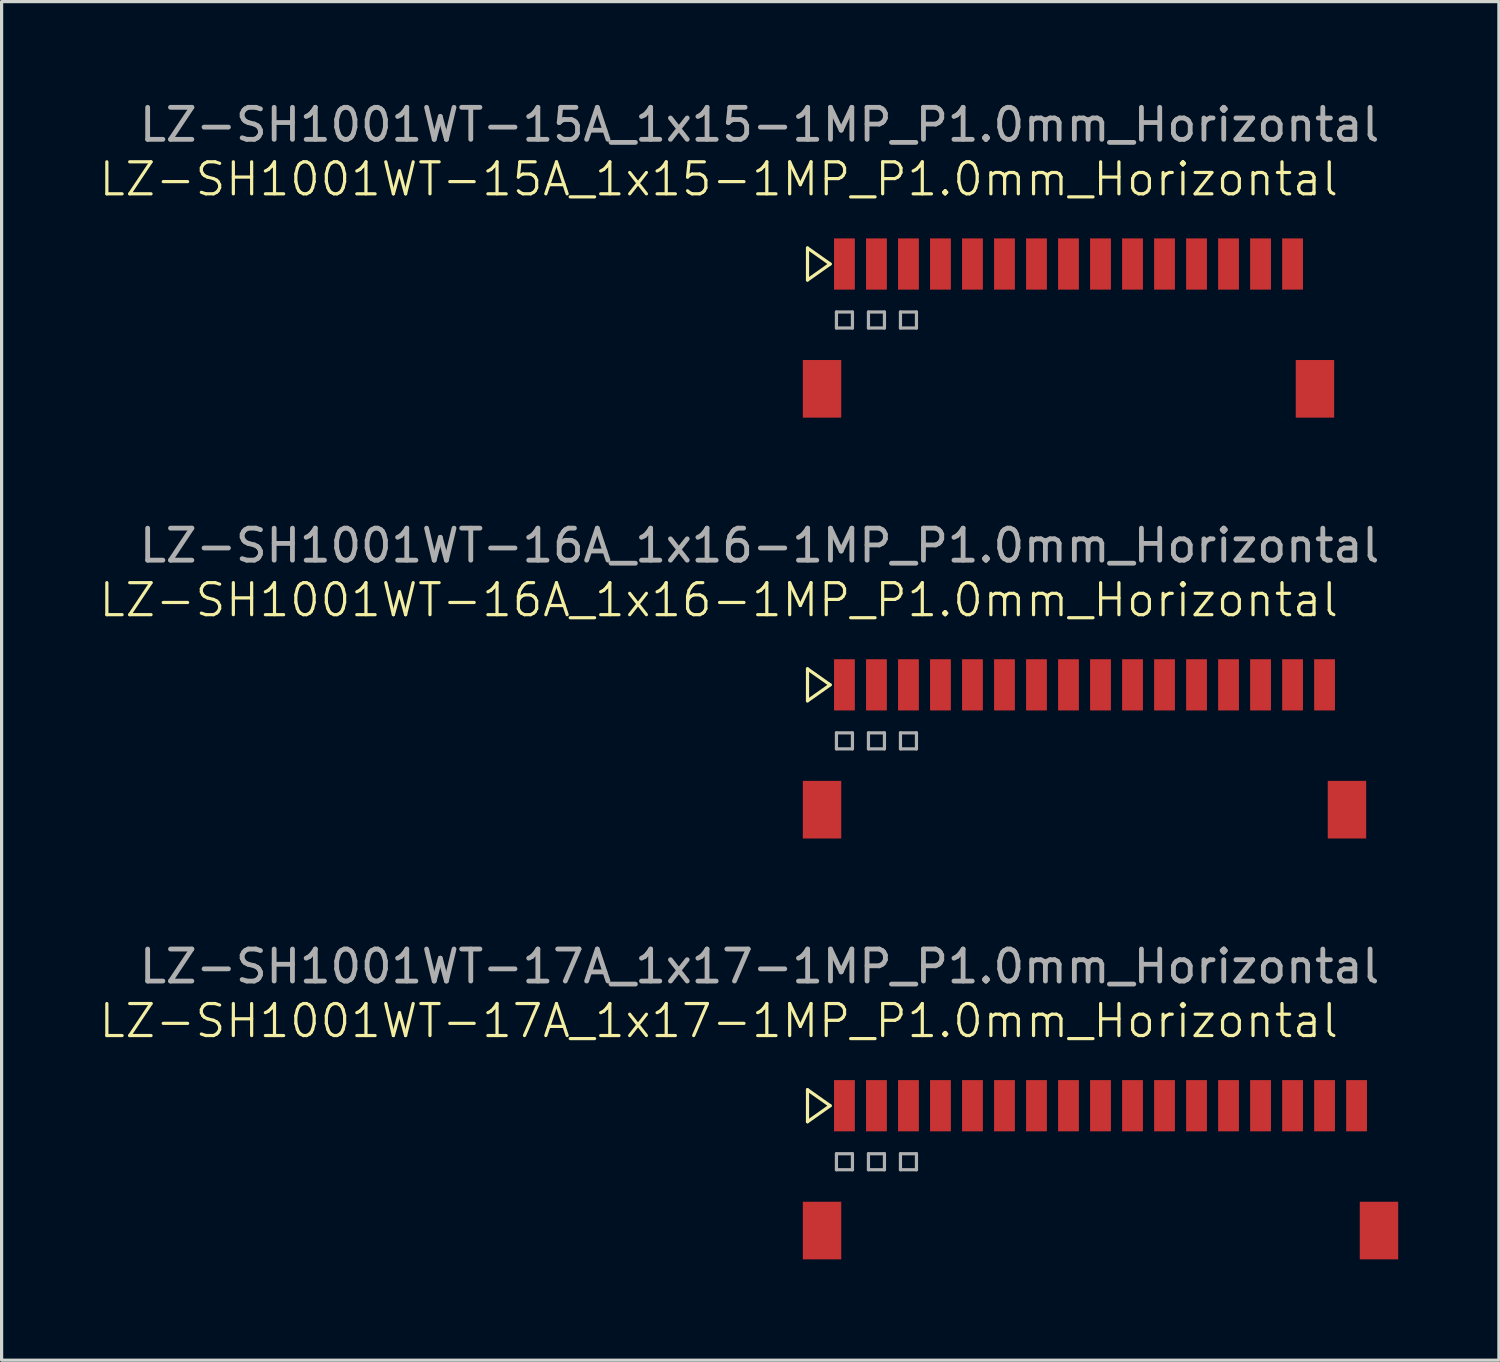
<source format=kicad_pcb>
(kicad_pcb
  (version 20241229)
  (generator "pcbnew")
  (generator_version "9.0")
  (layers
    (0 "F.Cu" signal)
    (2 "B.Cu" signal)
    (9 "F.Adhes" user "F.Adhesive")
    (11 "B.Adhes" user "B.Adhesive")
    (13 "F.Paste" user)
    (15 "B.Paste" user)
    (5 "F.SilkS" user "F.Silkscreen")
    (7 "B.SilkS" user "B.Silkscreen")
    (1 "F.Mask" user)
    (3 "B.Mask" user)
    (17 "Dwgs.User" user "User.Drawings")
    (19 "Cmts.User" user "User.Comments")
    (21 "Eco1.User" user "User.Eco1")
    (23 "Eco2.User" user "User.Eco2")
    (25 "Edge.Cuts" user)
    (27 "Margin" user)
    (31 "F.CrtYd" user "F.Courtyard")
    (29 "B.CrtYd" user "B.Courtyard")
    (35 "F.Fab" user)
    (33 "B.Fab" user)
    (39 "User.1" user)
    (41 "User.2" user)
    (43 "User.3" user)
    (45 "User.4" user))
  (footprint "LZ-SH1001WT-17A_1x17-1MP_P1.0mm_Horizontal"
    (layer "F.Cu")
    (at 39.332 31.495)
    (property "Reference" "LZ-SH1001WT-17A_1x17-1MP_P1.0mm_Horizontal" (at -19.925 -2.65 0) (unlocked yes) (layer "F.SilkS") (effects (font (size 1 1) (thickness 0.1))))
    (attr smd)
    (fp_line (start -17.154 -0.5) (end -17.154 0.5) (stroke (width 0.1) (type solid)) (layer "F.SilkS"))
    (fp_line (start -17.154 -0.5) (end -16.446 0) (stroke (width 0.1) (type solid)) (layer "F.SilkS"))
    (fp_line (start -16.446 0) (end -17.154 0.5) (stroke (width 0.1) (type solid)) (layer "F.SilkS"))
    (fp_rect (start -17.403 -0.825) (end 1.397 4.9) (stroke (width 0.1) (type default)) (fill no) (layer "Margin"))
    (fp_line (start -16.25 1.5) (end -16.25 2) (stroke (width 0.1) (type solid)) (layer "F.Fab"))
    (fp_line (start -16.25 2) (end -15.75 2) (stroke (width 0.1) (type solid)) (layer "F.Fab"))
    (fp_line (start -15.75 1.5) (end -16.25 1.5) (stroke (width 0.1) (type solid)) (layer "F.Fab"))
    (fp_line (start -15.75 2) (end -15.75 1.5) (stroke (width 0.1) (type solid)) (layer "F.Fab"))
    (fp_line (start -15.25 1.5) (end -15.25 2) (stroke (width 0.1) (type solid)) (layer "F.Fab"))
    (fp_line (start -15.25 2) (end -14.75 2) (stroke (width 0.1) (type solid)) (layer "F.Fab"))
    (fp_line (start -14.75 1.5) (end -15.25 1.5) (stroke (width 0.1) (type solid)) (layer "F.Fab"))
    (fp_line (start -14.75 2) (end -14.75 1.5) (stroke (width 0.1) (type solid)) (layer "F.Fab"))
    (fp_line (start -14.25 1.5) (end -14.25 2) (stroke (width 0.1) (type solid)) (layer "F.Fab"))
    (fp_line (start -14.25 2) (end -13.75 2) (stroke (width 0.1) (type solid)) (layer "F.Fab"))
    (fp_line (start -13.75 1.5) (end -14.25 1.5) (stroke (width 0.1) (type solid)) (layer "F.Fab"))
    (fp_line (start -13.75 2) (end -13.75 1.5) (stroke (width 0.1) (type solid)) (layer "F.Fab"))
    (fp_text user "${REFERENCE}" (at -18.65 -4.35 0) (unlocked yes) (layer "F.Fab") (effects (font (size 1 1) (thickness 0.15))))
    (pad "1" smd rect (at -16 0) (size 0.65 1.6) (layers "F.Cu" "F.Mask" "F.Paste"))
    (pad "2" smd rect (at -15 0) (size 0.65 1.6) (layers "F.Cu" "F.Mask" "F.Paste"))
    (pad "3" smd rect (at -14 0) (size 0.65 1.6) (layers "F.Cu" "F.Mask" "F.Paste"))
    (pad "4" smd rect (at -13 0) (size 0.65 1.6) (layers "F.Cu" "F.Mask" "F.Paste"))
    (pad "5" smd rect (at -12 0) (size 0.65 1.6) (layers "F.Cu" "F.Mask" "F.Paste"))
    (pad "6" smd rect (at -11 0) (size 0.65 1.6) (layers "F.Cu" "F.Mask" "F.Paste"))
    (pad "7" smd rect (at -10 0) (size 0.65 1.6) (layers "F.Cu" "F.Mask" "F.Paste"))
    (pad "8" smd rect (at -9 0) (size 0.65 1.6) (layers "F.Cu" "F.Mask" "F.Paste"))
    (pad "9" smd rect (at -8 0) (size 0.65 1.6) (layers "F.Cu" "F.Mask" "F.Paste"))
    (pad "10" smd rect (at -7 0) (size 0.65 1.6) (layers "F.Cu" "F.Mask" "F.Paste"))
    (pad "11" smd rect (at -6 0) (size 0.65 1.6) (layers "F.Cu" "F.Mask" "F.Paste"))
    (pad "12" smd rect (at -5 0) (size 0.65 1.6) (layers "F.Cu" "F.Mask" "F.Paste"))
    (pad "13" smd rect (at -4 0) (size 0.65 1.6) (layers "F.Cu" "F.Mask" "F.Paste"))
    (pad "14" smd rect (at -3 0) (size 0.65 1.6) (layers "F.Cu" "F.Mask" "F.Paste"))
    (pad "15" smd rect (at -2 0) (size 0.65 1.6) (layers "F.Cu" "F.Mask" "F.Paste"))
    (pad "16" smd rect (at -1 0) (size 0.65 1.6) (layers "F.Cu" "F.Mask" "F.Paste"))
    (pad "17" smd rect (at 0 0) (size 0.65 1.6) (layers "F.Cu" "F.Mask" "F.Paste"))
    (pad "MP" smd rect (at -16.7 3.9) (size 1.2 1.8) (layers "F.Cu" "F.Mask" "F.Paste"))
    (pad "MP" smd rect (at 0.7 3.9) (size 1.2 1.8) (layers "F.Cu" "F.Mask" "F.Paste")))
  (footprint "LZ-SH1001WT-16A_1x16-1MP_P1.0mm_Horizontal"
    (layer "F.Cu")
    (at 38.332 18.346)
    (property "Reference" "LZ-SH1001WT-16A_1x16-1MP_P1.0mm_Horizontal" (at -18.925 -2.65 0) (unlocked yes) (layer "F.SilkS") (effects (font (size 1 1) (thickness 0.1))))
    (attr smd)
    (fp_line (start -16.154 -0.5) (end -16.154 0.5) (stroke (width 0.1) (type solid)) (layer "F.SilkS"))
    (fp_line (start -16.154 -0.5) (end -15.446 0) (stroke (width 0.1) (type solid)) (layer "F.SilkS"))
    (fp_line (start -15.446 0) (end -16.154 0.5) (stroke (width 0.1) (type solid)) (layer "F.SilkS"))
    (fp_rect (start -16.403 -0.825) (end 1.397 4.9) (stroke (width 0.1) (type default)) (fill no) (layer "Margin"))
    (fp_line (start -15.25 1.5) (end -15.25 2) (stroke (width 0.1) (type solid)) (layer "F.Fab"))
    (fp_line (start -15.25 2) (end -14.75 2) (stroke (width 0.1) (type solid)) (layer "F.Fab"))
    (fp_line (start -14.75 1.5) (end -15.25 1.5) (stroke (width 0.1) (type solid)) (layer "F.Fab"))
    (fp_line (start -14.75 2) (end -14.75 1.5) (stroke (width 0.1) (type solid)) (layer "F.Fab"))
    (fp_line (start -14.25 1.5) (end -14.25 2) (stroke (width 0.1) (type solid)) (layer "F.Fab"))
    (fp_line (start -14.25 2) (end -13.75 2) (stroke (width 0.1) (type solid)) (layer "F.Fab"))
    (fp_line (start -13.75 1.5) (end -14.25 1.5) (stroke (width 0.1) (type solid)) (layer "F.Fab"))
    (fp_line (start -13.75 2) (end -13.75 1.5) (stroke (width 0.1) (type solid)) (layer "F.Fab"))
    (fp_line (start -13.25 1.5) (end -13.25 2) (stroke (width 0.1) (type solid)) (layer "F.Fab"))
    (fp_line (start -13.25 2) (end -12.75 2) (stroke (width 0.1) (type solid)) (layer "F.Fab"))
    (fp_line (start -12.75 1.5) (end -13.25 1.5) (stroke (width 0.1) (type solid)) (layer "F.Fab"))
    (fp_line (start -12.75 2) (end -12.75 1.5) (stroke (width 0.1) (type solid)) (layer "F.Fab"))
    (fp_text user "${REFERENCE}" (at -17.65 -4.35 0) (unlocked yes) (layer "F.Fab") (effects (font (size 1 1) (thickness 0.15))))
    (pad "1" smd rect (at -15 0) (size 0.65 1.6) (layers "F.Cu" "F.Mask" "F.Paste"))
    (pad "2" smd rect (at -14 0) (size 0.65 1.6) (layers "F.Cu" "F.Mask" "F.Paste"))
    (pad "3" smd rect (at -13 0) (size 0.65 1.6) (layers "F.Cu" "F.Mask" "F.Paste"))
    (pad "4" smd rect (at -12 0) (size 0.65 1.6) (layers "F.Cu" "F.Mask" "F.Paste"))
    (pad "5" smd rect (at -11 0) (size 0.65 1.6) (layers "F.Cu" "F.Mask" "F.Paste"))
    (pad "6" smd rect (at -10 0) (size 0.65 1.6) (layers "F.Cu" "F.Mask" "F.Paste"))
    (pad "7" smd rect (at -9 0) (size 0.65 1.6) (layers "F.Cu" "F.Mask" "F.Paste"))
    (pad "8" smd rect (at -8 0) (size 0.65 1.6) (layers "F.Cu" "F.Mask" "F.Paste"))
    (pad "9" smd rect (at -7 0) (size 0.65 1.6) (layers "F.Cu" "F.Mask" "F.Paste"))
    (pad "10" smd rect (at -6 0) (size 0.65 1.6) (layers "F.Cu" "F.Mask" "F.Paste"))
    (pad "11" smd rect (at -5 0) (size 0.65 1.6) (layers "F.Cu" "F.Mask" "F.Paste"))
    (pad "12" smd rect (at -4 0) (size 0.65 1.6) (layers "F.Cu" "F.Mask" "F.Paste"))
    (pad "13" smd rect (at -3 0) (size 0.65 1.6) (layers "F.Cu" "F.Mask" "F.Paste"))
    (pad "14" smd rect (at -2 0) (size 0.65 1.6) (layers "F.Cu" "F.Mask" "F.Paste"))
    (pad "15" smd rect (at -1 0) (size 0.65 1.6) (layers "F.Cu" "F.Mask" "F.Paste"))
    (pad "16" smd rect (at 0 0) (size 0.65 1.6) (layers "F.Cu" "F.Mask" "F.Paste"))
    (pad "MP" smd rect (at -15.7 3.9) (size 1.2 1.8) (layers "F.Cu" "F.Mask" "F.Paste"))
    (pad "MP" smd rect (at 0.7 3.9) (size 1.2 1.8) (layers "F.Cu" "F.Mask" "F.Paste")))
  (footprint "LZ-SH1001WT-15A_1x15-1MP_P1.0mm_Horizontal"
    (layer "F.Cu")
    (at 37.332 5.198)
    (property "Reference" "LZ-SH1001WT-15A_1x15-1MP_P1.0mm_Horizontal" (at -17.925 -2.65 0) (unlocked yes) (layer "F.SilkS") (effects (font (size 1 1) (thickness 0.1))))
    (attr smd)
    (fp_line (start -15.154 -0.5) (end -15.154 0.5) (stroke (width 0.1) (type solid)) (layer "F.SilkS"))
    (fp_line (start -15.154 -0.5) (end -14.446 0) (stroke (width 0.1) (type solid)) (layer "F.SilkS"))
    (fp_line (start -14.446 0) (end -15.154 0.5) (stroke (width 0.1) (type solid)) (layer "F.SilkS"))
    (fp_rect (start -15.403 -0.825) (end 1.397 4.9) (stroke (width 0.1) (type default)) (fill no) (layer "Margin"))
    (fp_line (start -14.25 1.5) (end -14.25 2) (stroke (width 0.1) (type solid)) (layer "F.Fab"))
    (fp_line (start -14.25 2) (end -13.75 2) (stroke (width 0.1) (type solid)) (layer "F.Fab"))
    (fp_line (start -13.75 1.5) (end -14.25 1.5) (stroke (width 0.1) (type solid)) (layer "F.Fab"))
    (fp_line (start -13.75 2) (end -13.75 1.5) (stroke (width 0.1) (type solid)) (layer "F.Fab"))
    (fp_line (start -13.25 1.5) (end -13.25 2) (stroke (width 0.1) (type solid)) (layer "F.Fab"))
    (fp_line (start -13.25 2) (end -12.75 2) (stroke (width 0.1) (type solid)) (layer "F.Fab"))
    (fp_line (start -12.75 1.5) (end -13.25 1.5) (stroke (width 0.1) (type solid)) (layer "F.Fab"))
    (fp_line (start -12.75 2) (end -12.75 1.5) (stroke (width 0.1) (type solid)) (layer "F.Fab"))
    (fp_line (start -12.25 1.5) (end -12.25 2) (stroke (width 0.1) (type solid)) (layer "F.Fab"))
    (fp_line (start -12.25 2) (end -11.75 2) (stroke (width 0.1) (type solid)) (layer "F.Fab"))
    (fp_line (start -11.75 1.5) (end -12.25 1.5) (stroke (width 0.1) (type solid)) (layer "F.Fab"))
    (fp_line (start -11.75 2) (end -11.75 1.5) (stroke (width 0.1) (type solid)) (layer "F.Fab"))
    (fp_text user "${REFERENCE}" (at -16.65 -4.35 0) (unlocked yes) (layer "F.Fab") (effects (font (size 1 1) (thickness 0.15))))
    (pad "1" smd rect (at -14 0) (size 0.65 1.6) (layers "F.Cu" "F.Mask" "F.Paste"))
    (pad "2" smd rect (at -13 0) (size 0.65 1.6) (layers "F.Cu" "F.Mask" "F.Paste"))
    (pad "3" smd rect (at -12 0) (size 0.65 1.6) (layers "F.Cu" "F.Mask" "F.Paste"))
    (pad "4" smd rect (at -11 0) (size 0.65 1.6) (layers "F.Cu" "F.Mask" "F.Paste"))
    (pad "5" smd rect (at -10 0) (size 0.65 1.6) (layers "F.Cu" "F.Mask" "F.Paste"))
    (pad "6" smd rect (at -9 0) (size 0.65 1.6) (layers "F.Cu" "F.Mask" "F.Paste"))
    (pad "7" smd rect (at -8 0) (size 0.65 1.6) (layers "F.Cu" "F.Mask" "F.Paste"))
    (pad "8" smd rect (at -7 0) (size 0.65 1.6) (layers "F.Cu" "F.Mask" "F.Paste"))
    (pad "9" smd rect (at -6 0) (size 0.65 1.6) (layers "F.Cu" "F.Mask" "F.Paste"))
    (pad "10" smd rect (at -5 0) (size 0.65 1.6) (layers "F.Cu" "F.Mask" "F.Paste"))
    (pad "11" smd rect (at -4 0) (size 0.65 1.6) (layers "F.Cu" "F.Mask" "F.Paste"))
    (pad "12" smd rect (at -3 0) (size 0.65 1.6) (layers "F.Cu" "F.Mask" "F.Paste"))
    (pad "13" smd rect (at -2 0) (size 0.65 1.6) (layers "F.Cu" "F.Mask" "F.Paste"))
    (pad "14" smd rect (at -1 0) (size 0.65 1.6) (layers "F.Cu" "F.Mask" "F.Paste"))
    (pad "15" smd rect (at 0 0) (size 0.65 1.6) (layers "F.Cu" "F.Mask" "F.Paste"))
    (pad "MP" smd rect (at -14.7 3.9) (size 1.2 1.8) (layers "F.Cu" "F.Mask" "F.Paste"))
    (pad "MP" smd rect (at 0.7 3.9) (size 1.2 1.8) (layers "F.Cu" "F.Mask" "F.Paste")))
  (gr_rect
    (start -3 -3)
    (end 43.779 39.445)
    (stroke (width 0.1) (type default))
    (fill no)
    (layer "Edge.Cuts")))
</source>
